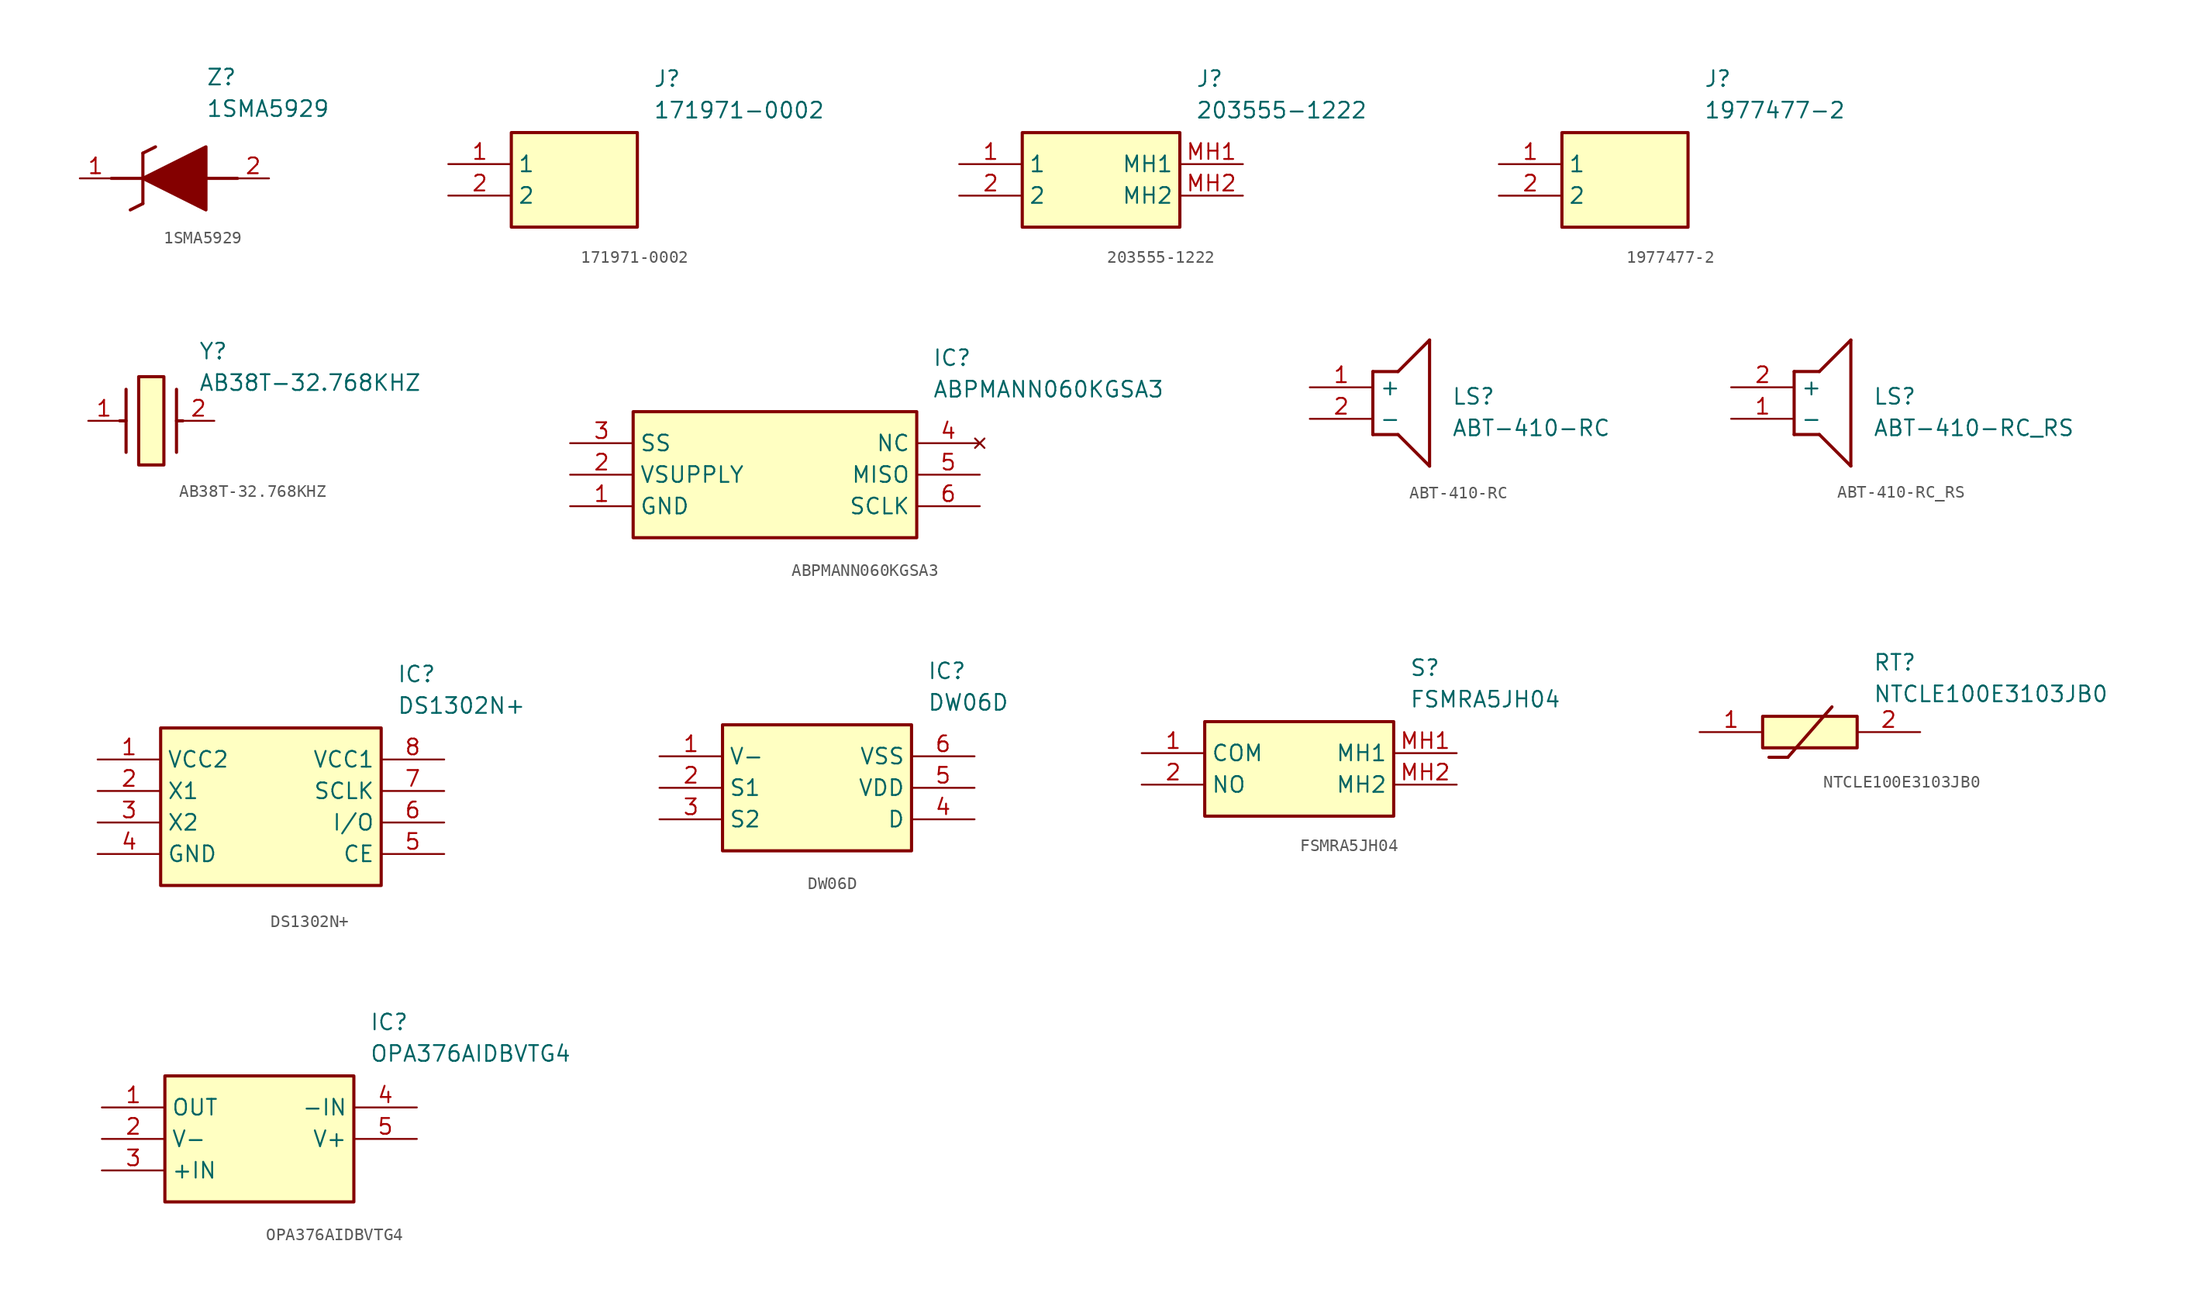
<source format=kicad_sym>
(kicad_symbol_lib
  (version 20220914)
  (generator SamacSys_ECAD_Model)
  (symbol "1SMA5929"
    (pin_names hide)
    (property "Reference" "Z"
      (at 10.16 8.89 0)
      (effects (font (size 1.27 1.27)) (justify left top)))
    (property "Value" "1SMA5929"
      (at 10.16 6.35 0)
      (effects (font (size 1.27 1.27)) (justify left top)))
    (polyline
      (pts (xy 5.08 2.032) (xy 5.08 -2.032))
      (stroke (width 0.254) (type default))
      (fill (type none)))
    (polyline
      (pts (xy 5.08 2.032) (xy 6.096 2.54))
      (stroke (width 0.254) (type default))
      (fill (type none)))
    (polyline
      (pts (xy 4.064 -2.54) (xy 5.08 -2.032))
      (stroke (width 0.254) (type default))
      (fill (type none)))
    (polyline
      (pts (xy 2.54 0) (xy 5.08 0))
      (stroke (width 0.254) (type default))
      (fill (type none)))
    (polyline
      (pts (xy 12.7 0) (xy 10.16 0))
      (stroke (width 0.254) (type default))
      (fill (type none)))
    (polyline
      (pts (xy 5.08 0) (xy 10.16 2.54) (xy 10.16 -2.54) (xy 5.08 0))
      (stroke (width 0.254) (type default))
      (fill (type outline)))
    (pin passive line
      (at 0 0 0)
      (length 2.54)
      (name "K" (effects (font (size 1.27 1.27))))
      (number "1" (effects (font (size 1.27 1.27)))))
    (pin passive line
      (at 15.24 0 180)
      (length 2.54)
      (name "A" (effects (font (size 1.27 1.27))))
      (number "2" (effects (font (size 1.27 1.27))))))
  (symbol "171971-0002"
    (property "Reference" "J"
      (at 16.51 7.62 0)
      (effects (font (size 1.27 1.27)) (justify left top)))
    (property "Value" "171971-0002"
      (at 16.51 5.08 0)
      (effects (font (size 1.27 1.27)) (justify left top)))
    (rectangle
      (start 5.08 2.54)
      (end 15.24 -5.08)
      (stroke (width 0.254) (type default))
      (fill (type background)))
    (pin passive line
      (at 0 0 0)
      (length 5.08)
      (name "1" (effects (font (size 1.27 1.27))))
      (number "1" (effects (font (size 1.27 1.27)))))
    (pin passive line
      (at 0 -2.54 0)
      (length 5.08)
      (name "2" (effects (font (size 1.27 1.27))))
      (number "2" (effects (font (size 1.27 1.27))))))
  (symbol "203555-1222"
    (property "Reference" "J"
      (at 19.05 7.62 0)
      (effects (font (size 1.27 1.27)) (justify left top)))
    (property "Value" "203555-1222"
      (at 19.05 5.08 0)
      (effects (font (size 1.27 1.27)) (justify left top)))
    (rectangle
      (start 5.08 2.54)
      (end 17.78 -5.08)
      (stroke (width 0.254) (type default))
      (fill (type background)))
    (pin passive line
      (at 0 0 0)
      (length 5.08)
      (name "1" (effects (font (size 1.27 1.27))))
      (number "1" (effects (font (size 1.27 1.27)))))
    (pin passive line
      (at 0 -2.54 0)
      (length 5.08)
      (name "2" (effects (font (size 1.27 1.27))))
      (number "2" (effects (font (size 1.27 1.27)))))
    (pin passive line
      (at 22.86 0 180)
      (length 5.08)
      (name "MH1" (effects (font (size 1.27 1.27))))
      (number "MH1" (effects (font (size 1.27 1.27)))))
    (pin passive line
      (at 22.86 -2.54 180)
      (length 5.08)
      (name "MH2" (effects (font (size 1.27 1.27))))
      (number "MH2" (effects (font (size 1.27 1.27))))))
  (symbol "1977477-2"
    (property "Reference" "J"
      (at 16.51 7.62 0)
      (effects (font (size 1.27 1.27)) (justify left top)))
    (property "Value" "1977477-2"
      (at 16.51 5.08 0)
      (effects (font (size 1.27 1.27)) (justify left top)))
    (rectangle
      (start 5.08 2.54)
      (end 15.24 -5.08)
      (stroke (width 0.254) (type default))
      (fill (type background)))
    (pin passive line
      (at 0 0 0)
      (length 5.08)
      (name "1" (effects (font (size 1.27 1.27))))
      (number "1" (effects (font (size 1.27 1.27)))))
    (pin passive line
      (at 0 -2.54 0)
      (length 5.08)
      (name "2" (effects (font (size 1.27 1.27))))
      (number "2" (effects (font (size 1.27 1.27))))))
  (symbol "AB38T-32.768KHZ"
    (pin_names hide)
    (property "Reference" "Y"
      (at 8.89 6.35 0)
      (effects (font (size 1.27 1.27)) (justify left top)))
    (property "Value" "AB38T-32.768KHZ"
      (at 8.89 3.81 0)
      (effects (font (size 1.27 1.27)) (justify left top)))
    (rectangle
      (start 4.064 3.556)
      (end 6.096 -3.556)
      (stroke (width 0.254) (type default))
      (fill (type background)))
    (polyline
      (pts (xy 3.048 2.54) (xy 3.048 -2.54))
      (stroke (width 0.254) (type default))
      (fill (type none)))
    (polyline
      (pts (xy 7.112 2.54) (xy 7.112 -2.54))
      (stroke (width 0.254) (type default))
      (fill (type none)))
    (polyline
      (pts (xy 7.112 0) (xy 7.62 0))
      (stroke (width 0.254) (type default))
      (fill (type none)))
    (polyline
      (pts (xy 3.048 0) (xy 2.54 0))
      (stroke (width 0.254) (type default))
      (fill (type none)))
    (pin passive line
      (at 0 0 0)
      (length 2.54)
      (name "1" (effects (font (size 1.27 1.27))))
      (number "1" (effects (font (size 1.27 1.27)))))
    (pin passive line
      (at 10.16 0 180)
      (length 2.54)
      (name "2" (effects (font (size 1.27 1.27))))
      (number "2" (effects (font (size 1.27 1.27))))))
  (symbol "ABPMANN060KGSA3"
    (property "Reference" "IC"
      (at 29.21 7.62 0)
      (effects (font (size 1.27 1.27)) (justify left top)))
    (property "Value" "ABPMANN060KGSA3"
      (at 29.21 5.08 0)
      (effects (font (size 1.27 1.27)) (justify left top)))
    (rectangle
      (start 5.08 2.54)
      (end 27.94 -7.62)
      (stroke (width 0.254) (type default))
      (fill (type background)))
    (pin passive line
      (at 0 -5.08 0)
      (length 5.08)
      (name "GND" (effects (font (size 1.27 1.27))))
      (number "1" (effects (font (size 1.27 1.27)))))
    (pin passive line
      (at 0 -2.54 0)
      (length 5.08)
      (name "VSUPPLY" (effects (font (size 1.27 1.27))))
      (number "2" (effects (font (size 1.27 1.27)))))
    (pin passive line
      (at 0 0 0)
      (length 5.08)
      (name "SS" (effects (font (size 1.27 1.27))))
      (number "3" (effects (font (size 1.27 1.27)))))
    (pin no_connect line
      (at 33.02 0 180)
      (length 5.08)
      (name "NC" (effects (font (size 1.27 1.27))))
      (number "4" (effects (font (size 1.27 1.27)))))
    (pin passive line
      (at 33.02 -2.54 180)
      (length 5.08)
      (name "MISO" (effects (font (size 1.27 1.27))))
      (number "5" (effects (font (size 1.27 1.27)))))
    (pin passive line
      (at 33.02 -5.08 180)
      (length 5.08)
      (name "SCLK" (effects (font (size 1.27 1.27))))
      (number "6" (effects (font (size 1.27 1.27))))))
  (symbol "ABT-410-RC"
    (property "Reference" "LS"
      (at 11.43 0 0)
      (effects (font (size 1.27 1.27)) (justify left top)))
    (property "Value" "ABT-410-RC"
      (at 11.43 -2.54 0)
      (effects (font (size 1.27 1.27)) (justify left top)))
    (polyline
      (pts (xy 5.08 1.27) (xy 7.112 1.27))
      (stroke (width 0.254) (type default))
      (fill (type none)))
    (polyline
      (pts (xy 9.652 3.81) (xy 7.112 1.27))
      (stroke (width 0.254) (type default))
      (fill (type none)))
    (polyline
      (pts (xy 9.652 3.81) (xy 9.652 -6.35))
      (stroke (width 0.254) (type default))
      (fill (type none)))
    (polyline
      (pts (xy 7.112 -3.81) (xy 9.652 -6.35))
      (stroke (width 0.254) (type default))
      (fill (type none)))
    (polyline
      (pts (xy 7.112 -3.81) (xy 5.08 -3.81))
      (stroke (width 0.254) (type default))
      (fill (type none)))
    (polyline
      (pts (xy 5.08 1.27) (xy 5.08 -3.81))
      (stroke (width 0.254) (type default))
      (fill (type none)))
    (pin passive line
      (at 0 0 0)
      (length 5.08)
      (name "+" (effects (font (size 1.27 1.27))))
      (number "1" (effects (font (size 1.27 1.27)))))
    (pin passive line
      (at 0 -2.54 0)
      (length 5.08)
      (name "-" (effects (font (size 1.27 1.27))))
      (number "2" (effects (font (size 1.27 1.27))))))
  (symbol "ABT-410-RC_RS"
    (property "Reference" "LS"
      (at 11.43 0 0)
      (effects (font (size 1.27 1.27)) (justify left top)))
    (property "Value" "ABT-410-RC_RS"
      (at 11.43 -2.54 0)
      (effects (font (size 1.27 1.27)) (justify left top)))
    (polyline
      (pts (xy 5.08 1.27) (xy 7.112 1.27))
      (stroke (width 0.254) (type default))
      (fill (type none)))
    (polyline
      (pts (xy 9.652 3.81) (xy 7.112 1.27))
      (stroke (width 0.254) (type default))
      (fill (type none)))
    (polyline
      (pts (xy 9.652 3.81) (xy 9.652 -6.35))
      (stroke (width 0.254) (type default))
      (fill (type none)))
    (polyline
      (pts (xy 7.112 -3.81) (xy 9.652 -6.35))
      (stroke (width 0.254) (type default))
      (fill (type none)))
    (polyline
      (pts (xy 7.112 -3.81) (xy 5.08 -3.81))
      (stroke (width 0.254) (type default))
      (fill (type none)))
    (polyline
      (pts (xy 5.08 1.27) (xy 5.08 -3.81))
      (stroke (width 0.254) (type default))
      (fill (type none)))
    (pin passive line
      (at 0 0 0)
      (length 5.08)
      (name "+" (effects (font (size 1.27 1.27))))
      (number "2" (effects (font (size 1.27 1.27)))))
    (pin passive line
      (at 0 -2.54 0)
      (length 5.08)
      (name "-" (effects (font (size 1.27 1.27))))
      (number "1" (effects (font (size 1.27 1.27))))))
  (symbol "DS1302N+"
    (property "Reference" "IC"
      (at 24.13 7.62 0)
      (effects (font (size 1.27 1.27)) (justify left top)))
    (property "Value" "DS1302N+"
      (at 24.13 5.08 0)
      (effects (font (size 1.27 1.27)) (justify left top)))
    (rectangle
      (start 5.08 2.54)
      (end 22.86 -10.16)
      (stroke (width 0.254) (type default))
      (fill (type background)))
    (pin passive line
      (at 0 0 0)
      (length 5.08)
      (name "VCC2" (effects (font (size 1.27 1.27))))
      (number "1" (effects (font (size 1.27 1.27)))))
    (pin passive line
      (at 0 -2.54 0)
      (length 5.08)
      (name "X1" (effects (font (size 1.27 1.27))))
      (number "2" (effects (font (size 1.27 1.27)))))
    (pin passive line
      (at 0 -5.08 0)
      (length 5.08)
      (name "X2" (effects (font (size 1.27 1.27))))
      (number "3" (effects (font (size 1.27 1.27)))))
    (pin passive line
      (at 0 -7.62 0)
      (length 5.08)
      (name "GND" (effects (font (size 1.27 1.27))))
      (number "4" (effects (font (size 1.27 1.27)))))
    (pin passive line
      (at 27.94 0 180)
      (length 5.08)
      (name "VCC1" (effects (font (size 1.27 1.27))))
      (number "8" (effects (font (size 1.27 1.27)))))
    (pin passive line
      (at 27.94 -2.54 180)
      (length 5.08)
      (name "SCLK" (effects (font (size 1.27 1.27))))
      (number "7" (effects (font (size 1.27 1.27)))))
    (pin passive line
      (at 27.94 -5.08 180)
      (length 5.08)
      (name "I/O" (effects (font (size 1.27 1.27))))
      (number "6" (effects (font (size 1.27 1.27)))))
    (pin passive line
      (at 27.94 -7.62 180)
      (length 5.08)
      (name "CE" (effects (font (size 1.27 1.27))))
      (number "5" (effects (font (size 1.27 1.27))))))
  (symbol "DW06D"
    (property "Reference" "IC"
      (at 21.59 7.62 0)
      (effects (font (size 1.27 1.27)) (justify left top)))
    (property "Value" "DW06D"
      (at 21.59 5.08 0)
      (effects (font (size 1.27 1.27)) (justify left top)))
    (rectangle
      (start 5.08 2.54)
      (end 20.32 -7.62)
      (stroke (width 0.254) (type default))
      (fill (type background)))
    (pin passive line
      (at 0 0 0)
      (length 5.08)
      (name "V-" (effects (font (size 1.27 1.27))))
      (number "1" (effects (font (size 1.27 1.27)))))
    (pin passive line
      (at 0 -2.54 0)
      (length 5.08)
      (name "S1" (effects (font (size 1.27 1.27))))
      (number "2" (effects (font (size 1.27 1.27)))))
    (pin passive line
      (at 0 -5.08 0)
      (length 5.08)
      (name "S2" (effects (font (size 1.27 1.27))))
      (number "3" (effects (font (size 1.27 1.27)))))
    (pin passive line
      (at 25.4 0 180)
      (length 5.08)
      (name "VSS" (effects (font (size 1.27 1.27))))
      (number "6" (effects (font (size 1.27 1.27)))))
    (pin passive line
      (at 25.4 -2.54 180)
      (length 5.08)
      (name "VDD" (effects (font (size 1.27 1.27))))
      (number "5" (effects (font (size 1.27 1.27)))))
    (pin passive line
      (at 25.4 -5.08 180)
      (length 5.08)
      (name "D" (effects (font (size 1.27 1.27))))
      (number "4" (effects (font (size 1.27 1.27))))))
  (symbol "FSMRA5JH04"
    (property "Reference" "S"
      (at 21.59 7.62 0)
      (effects (font (size 1.27 1.27)) (justify left top)))
    (property "Value" "FSMRA5JH04"
      (at 21.59 5.08 0)
      (effects (font (size 1.27 1.27)) (justify left top)))
    (rectangle
      (start 5.08 2.54)
      (end 20.32 -5.08)
      (stroke (width 0.254) (type default))
      (fill (type background)))
    (pin passive line
      (at 0 0 0)
      (length 5.08)
      (name "COM" (effects (font (size 1.27 1.27))))
      (number "1" (effects (font (size 1.27 1.27)))))
    (pin passive line
      (at 0 -2.54 0)
      (length 5.08)
      (name "NO" (effects (font (size 1.27 1.27))))
      (number "2" (effects (font (size 1.27 1.27)))))
    (pin passive line
      (at 25.4 0 180)
      (length 5.08)
      (name "MH1" (effects (font (size 1.27 1.27))))
      (number "MH1" (effects (font (size 1.27 1.27)))))
    (pin passive line
      (at 25.4 -2.54 180)
      (length 5.08)
      (name "MH2" (effects (font (size 1.27 1.27))))
      (number "MH2" (effects (font (size 1.27 1.27))))))
  (symbol "NTCLE100E3103JB0"
    (pin_names hide)
    (property "Reference" "RT"
      (at 13.97 6.35 0)
      (effects (font (size 1.27 1.27)) (justify left top)))
    (property "Value" "NTCLE100E3103JB0"
      (at 13.97 3.81 0)
      (effects (font (size 1.27 1.27)) (justify left top)))
    (rectangle
      (start 5.08 1.27)
      (end 12.7 -1.27)
      (stroke (width 0.254) (type default))
      (fill (type background)))
    (polyline
      (pts (xy 5.588 -2.032) (xy 7.112 -2.032))
      (stroke (width 0.254) (type default))
      (fill (type none)))
    (polyline
      (pts (xy 10.668 2.032) (xy 7.112 -2.032))
      (stroke (width 0.254) (type default))
      (fill (type none)))
    (pin passive line
      (at 0 0 0)
      (length 5.08)
      (name "1" (effects (font (size 1.27 1.27))))
      (number "1" (effects (font (size 1.27 1.27)))))
    (pin passive line
      (at 17.78 0 180)
      (length 5.08)
      (name "2" (effects (font (size 1.27 1.27))))
      (number "2" (effects (font (size 1.27 1.27))))))
  (symbol "OPA376AIDBVTG4"
    (property "Reference" "IC"
      (at 21.59 7.62 0)
      (effects (font (size 1.27 1.27)) (justify left top)))
    (property "Value" "OPA376AIDBVTG4"
      (at 21.59 5.08 0)
      (effects (font (size 1.27 1.27)) (justify left top)))
    (rectangle
      (start 5.08 2.54)
      (end 20.32 -7.62)
      (stroke (width 0.254) (type default))
      (fill (type background)))
    (pin passive line
      (at 0 0 0)
      (length 5.08)
      (name "OUT" (effects (font (size 1.27 1.27))))
      (number "1" (effects (font (size 1.27 1.27)))))
    (pin passive line
      (at 0 -2.54 0)
      (length 5.08)
      (name "V-" (effects (font (size 1.27 1.27))))
      (number "2" (effects (font (size 1.27 1.27)))))
    (pin passive line
      (at 0 -5.08 0)
      (length 5.08)
      (name "+IN" (effects (font (size 1.27 1.27))))
      (number "3" (effects (font (size 1.27 1.27)))))
    (pin passive line
      (at 25.4 0 180)
      (length 5.08)
      (name "-IN" (effects (font (size 1.27 1.27))))
      (number "4" (effects (font (size 1.27 1.27)))))
    (pin passive line
      (at 25.4 -2.54 180)
      (length 5.08)
      (name "V+" (effects (font (size 1.27 1.27))))
      (number "5" (effects (font (size 1.27 1.27)))))))
</source>
